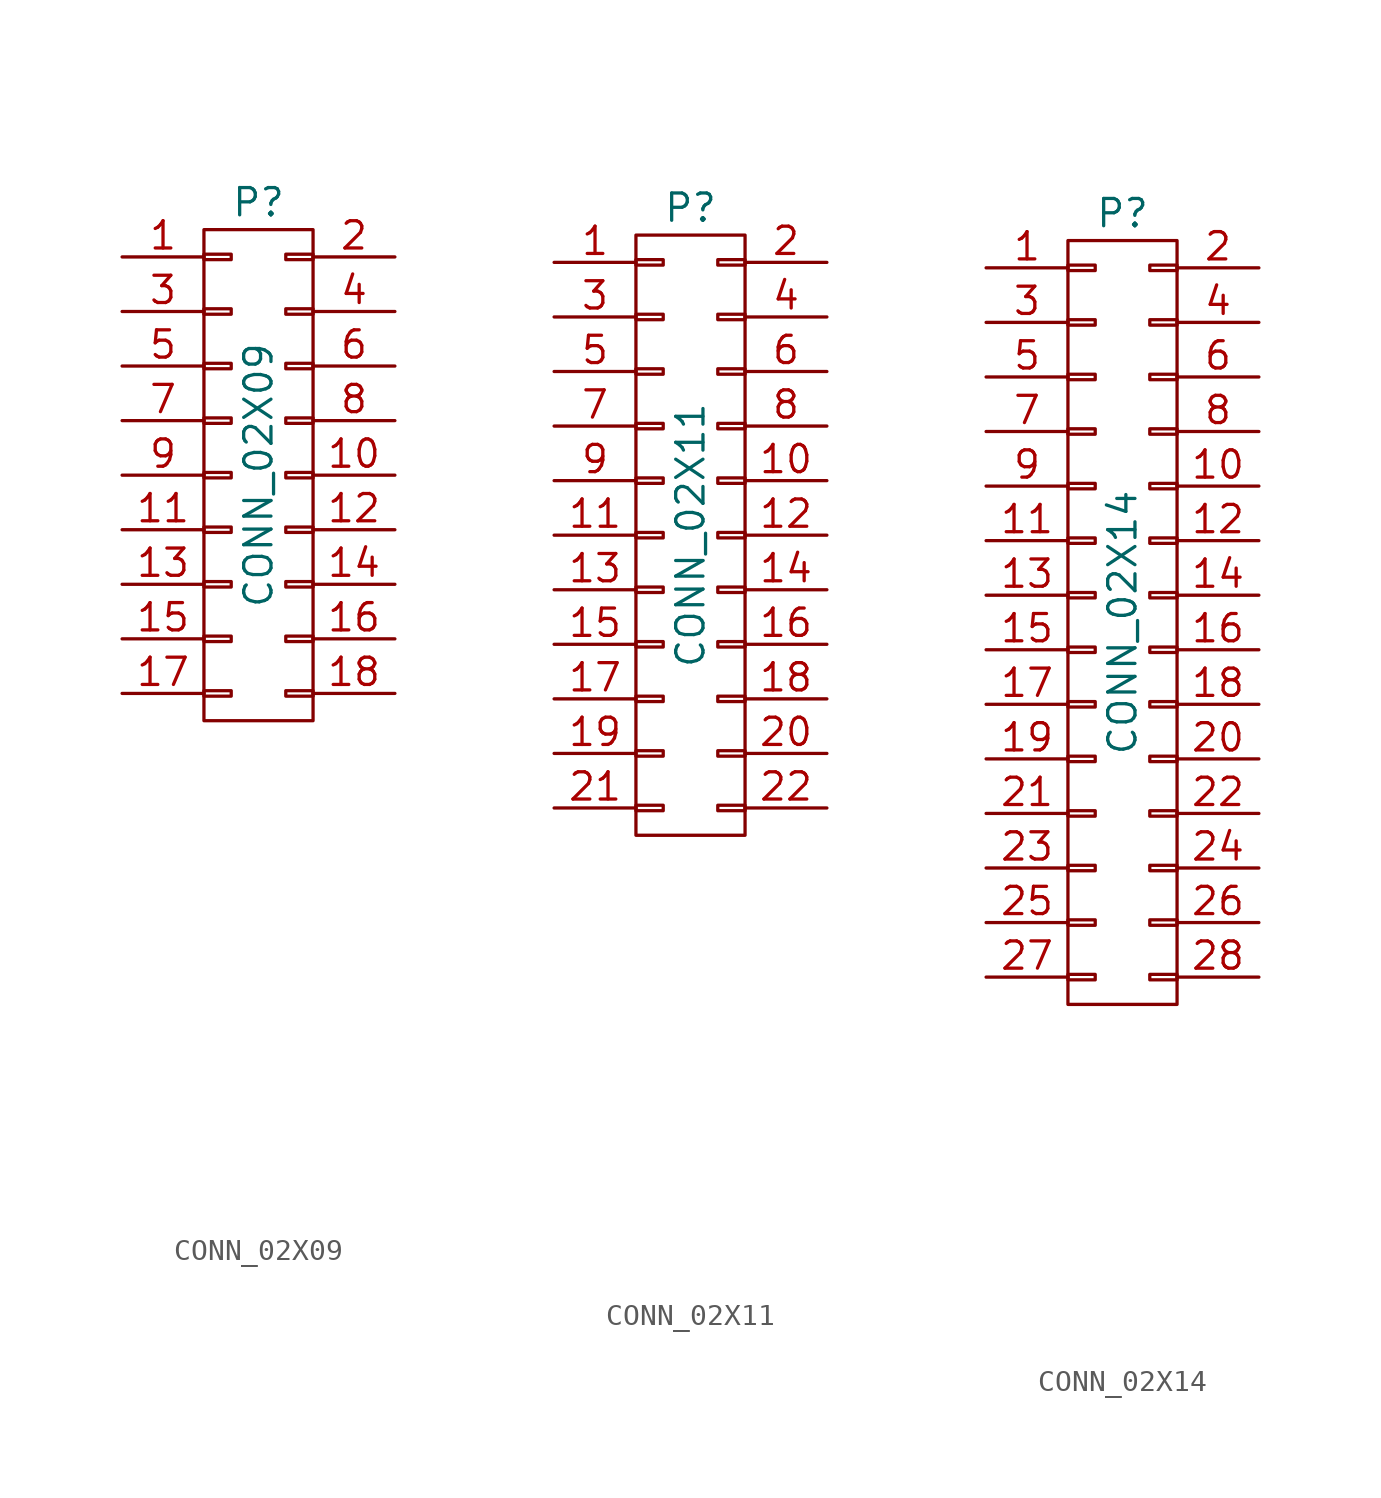
<source format=kicad_sym>
(kicad_symbol_lib
  (version 20211014)
  (generator kicad_symbol_editor)
  (symbol "CONN_02X09"
    (pin_names
      (offset 0.025) hide)
    (property "Reference" "P"
      (at 0 12.7 0)
      (effects (font (size 1.27 1.27))))
    (property "Value" "CONN_02X09"
      (at 0 0 90)
      (effects (font (size 1.27 1.27))))
    (property "Footprint" ""
      (at 0 -30.48 0)
      (effects (font (size 1.27 1.27))))
    (property "Datasheet" ""
      (at 0 -30.48 0)
      (effects (font (size 1.27 1.27))))
    (symbol "CONN_02X09_0_1"
      (rectangle (start -2.54 -10.033) (end -1.27 -10.287) (stroke (width 0) (type default) (color 0 0 0 0)) (fill (type none)))
      (rectangle (start -2.54 -7.493) (end -1.27 -7.747) (stroke (width 0) (type default) (color 0 0 0 0)) (fill (type none)))
      (rectangle (start -2.54 -4.953) (end -1.27 -5.207) (stroke (width 0) (type default) (color 0 0 0 0)) (fill (type none)))
      (rectangle (start -2.54 -2.413) (end -1.27 -2.667) (stroke (width 0) (type default) (color 0 0 0 0)) (fill (type none)))
      (rectangle (start -2.54 0.127) (end -1.27 -0.127) (stroke (width 0) (type default) (color 0 0 0 0)) (fill (type none)))
      (rectangle (start -2.54 2.667) (end -1.27 2.413) (stroke (width 0) (type default) (color 0 0 0 0)) (fill (type none)))
      (rectangle (start -2.54 5.207) (end -1.27 4.953) (stroke (width 0) (type default) (color 0 0 0 0)) (fill (type none)))
      (rectangle (start -2.54 7.747) (end -1.27 7.493) (stroke (width 0) (type default) (color 0 0 0 0)) (fill (type none)))
      (rectangle (start -2.54 10.287) (end -1.27 10.033) (stroke (width 0) (type default) (color 0 0 0 0)) (fill (type none)))
      (rectangle (start -2.54 11.43) (end 2.54 -11.43) (stroke (width 0) (type default) (color 0 0 0 0)) (fill (type none)))
      (rectangle (start 1.27 -10.033) (end 2.54 -10.287) (stroke (width 0) (type default) (color 0 0 0 0)) (fill (type none)))
      (rectangle (start 1.27 -7.493) (end 2.54 -7.747) (stroke (width 0) (type default) (color 0 0 0 0)) (fill (type none)))
      (rectangle (start 1.27 -4.953) (end 2.54 -5.207) (stroke (width 0) (type default) (color 0 0 0 0)) (fill (type none)))
      (rectangle (start 1.27 -2.413) (end 2.54 -2.667) (stroke (width 0) (type default) (color 0 0 0 0)) (fill (type none)))
      (rectangle (start 1.27 0.127) (end 2.54 -0.127) (stroke (width 0) (type default) (color 0 0 0 0)) (fill (type none)))
      (rectangle (start 1.27 2.667) (end 2.54 2.413) (stroke (width 0) (type default) (color 0 0 0 0)) (fill (type none)))
      (rectangle (start 1.27 5.207) (end 2.54 4.953) (stroke (width 0) (type default) (color 0 0 0 0)) (fill (type none)))
      (rectangle (start 1.27 7.747) (end 2.54 7.493) (stroke (width 0) (type default) (color 0 0 0 0)) (fill (type none)))
      (rectangle (start 1.27 10.287) (end 2.54 10.033) (stroke (width 0) (type default) (color 0 0 0 0)) (fill (type none))))
    (symbol "CONN_02X09_1_1"
      (pin passive line (at -6.35 10.16 0) (length 3.81) (name "P1" (effects (font (size 1.27 1.27)))) (number "1" (effects (font (size 1.27 1.27)))))
      (pin passive line (at 6.35 0 180) (length 3.81) (name "P10" (effects (font (size 1.27 1.27)))) (number "10" (effects (font (size 1.27 1.27)))))
      (pin passive line (at -6.35 -2.54 0) (length 3.81) (name "P11" (effects (font (size 1.27 1.27)))) (number "11" (effects (font (size 1.27 1.27)))))
      (pin passive line (at 6.35 -2.54 180) (length 3.81) (name "P12" (effects (font (size 1.27 1.27)))) (number "12" (effects (font (size 1.27 1.27)))))
      (pin passive line (at -6.35 -5.08 0) (length 3.81) (name "P13" (effects (font (size 1.27 1.27)))) (number "13" (effects (font (size 1.27 1.27)))))
      (pin passive line (at 6.35 -5.08 180) (length 3.81) (name "P14" (effects (font (size 1.27 1.27)))) (number "14" (effects (font (size 1.27 1.27)))))
      (pin passive line (at -6.35 -7.62 0) (length 3.81) (name "P15" (effects (font (size 1.27 1.27)))) (number "15" (effects (font (size 1.27 1.27)))))
      (pin passive line (at 6.35 -7.62 180) (length 3.81) (name "P16" (effects (font (size 1.27 1.27)))) (number "16" (effects (font (size 1.27 1.27)))))
      (pin passive line (at -6.35 -10.16 0) (length 3.81) (name "P17" (effects (font (size 1.27 1.27)))) (number "17" (effects (font (size 1.27 1.27)))))
      (pin passive line (at 6.35 -10.16 180) (length 3.81) (name "P18" (effects (font (size 1.27 1.27)))) (number "18" (effects (font (size 1.27 1.27)))))
      (pin passive line (at 6.35 10.16 180) (length 3.81) (name "P2" (effects (font (size 1.27 1.27)))) (number "2" (effects (font (size 1.27 1.27)))))
      (pin passive line (at -6.35 7.62 0) (length 3.81) (name "P3" (effects (font (size 1.27 1.27)))) (number "3" (effects (font (size 1.27 1.27)))))
      (pin passive line (at 6.35 7.62 180) (length 3.81) (name "P4" (effects (font (size 1.27 1.27)))) (number "4" (effects (font (size 1.27 1.27)))))
      (pin passive line (at -6.35 5.08 0) (length 3.81) (name "P5" (effects (font (size 1.27 1.27)))) (number "5" (effects (font (size 1.27 1.27)))))
      (pin passive line (at 6.35 5.08 180) (length 3.81) (name "P6" (effects (font (size 1.27 1.27)))) (number "6" (effects (font (size 1.27 1.27)))))
      (pin passive line (at -6.35 2.54 0) (length 3.81) (name "P7" (effects (font (size 1.27 1.27)))) (number "7" (effects (font (size 1.27 1.27)))))
      (pin passive line (at 6.35 2.54 180) (length 3.81) (name "P8" (effects (font (size 1.27 1.27)))) (number "8" (effects (font (size 1.27 1.27)))))
      (pin passive line (at -6.35 0 0) (length 3.81) (name "P9" (effects (font (size 1.27 1.27)))) (number "9" (effects (font (size 1.27 1.27)))))))
  (symbol "CONN_02X11"
    (pin_names
      (offset 0.025) hide)
    (property "Reference" "P"
      (at 0 15.24 0)
      (effects (font (size 1.27 1.27))))
    (property "Value" "CONN_02X11"
      (at 0 0 90)
      (effects (font (size 1.27 1.27))))
    (property "Footprint" ""
      (at 0 -30.48 0)
      (effects (font (size 1.27 1.27))))
    (property "Datasheet" ""
      (at 0 -30.48 0)
      (effects (font (size 1.27 1.27))))
    (symbol "CONN_02X11_0_1"
      (rectangle (start -2.54 -12.573) (end -1.27 -12.827) (stroke (width 0) (type default) (color 0 0 0 0)) (fill (type none)))
      (rectangle (start -2.54 -10.033) (end -1.27 -10.287) (stroke (width 0) (type default) (color 0 0 0 0)) (fill (type none)))
      (rectangle (start -2.54 -7.493) (end -1.27 -7.747) (stroke (width 0) (type default) (color 0 0 0 0)) (fill (type none)))
      (rectangle (start -2.54 -4.953) (end -1.27 -5.207) (stroke (width 0) (type default) (color 0 0 0 0)) (fill (type none)))
      (rectangle (start -2.54 -2.413) (end -1.27 -2.667) (stroke (width 0) (type default) (color 0 0 0 0)) (fill (type none)))
      (rectangle (start -2.54 0.127) (end -1.27 -0.127) (stroke (width 0) (type default) (color 0 0 0 0)) (fill (type none)))
      (rectangle (start -2.54 2.667) (end -1.27 2.413) (stroke (width 0) (type default) (color 0 0 0 0)) (fill (type none)))
      (rectangle (start -2.54 5.207) (end -1.27 4.953) (stroke (width 0) (type default) (color 0 0 0 0)) (fill (type none)))
      (rectangle (start -2.54 7.747) (end -1.27 7.493) (stroke (width 0) (type default) (color 0 0 0 0)) (fill (type none)))
      (rectangle (start -2.54 10.287) (end -1.27 10.033) (stroke (width 0) (type default) (color 0 0 0 0)) (fill (type none)))
      (rectangle (start -2.54 12.827) (end -1.27 12.573) (stroke (width 0) (type default) (color 0 0 0 0)) (fill (type none)))
      (rectangle (start -2.54 13.97) (end 2.54 -13.97) (stroke (width 0) (type default) (color 0 0 0 0)) (fill (type none)))
      (rectangle (start 1.27 -12.573) (end 2.54 -12.827) (stroke (width 0) (type default) (color 0 0 0 0)) (fill (type none)))
      (rectangle (start 1.27 -10.033) (end 2.54 -10.287) (stroke (width 0) (type default) (color 0 0 0 0)) (fill (type none)))
      (rectangle (start 1.27 -7.493) (end 2.54 -7.747) (stroke (width 0) (type default) (color 0 0 0 0)) (fill (type none)))
      (rectangle (start 1.27 -4.953) (end 2.54 -5.207) (stroke (width 0) (type default) (color 0 0 0 0)) (fill (type none)))
      (rectangle (start 1.27 -2.413) (end 2.54 -2.667) (stroke (width 0) (type default) (color 0 0 0 0)) (fill (type none)))
      (rectangle (start 1.27 0.127) (end 2.54 -0.127) (stroke (width 0) (type default) (color 0 0 0 0)) (fill (type none)))
      (rectangle (start 1.27 2.667) (end 2.54 2.413) (stroke (width 0) (type default) (color 0 0 0 0)) (fill (type none)))
      (rectangle (start 1.27 5.207) (end 2.54 4.953) (stroke (width 0) (type default) (color 0 0 0 0)) (fill (type none)))
      (rectangle (start 1.27 7.747) (end 2.54 7.493) (stroke (width 0) (type default) (color 0 0 0 0)) (fill (type none)))
      (rectangle (start 1.27 10.287) (end 2.54 10.033) (stroke (width 0) (type default) (color 0 0 0 0)) (fill (type none)))
      (rectangle (start 1.27 12.827) (end 2.54 12.573) (stroke (width 0) (type default) (color 0 0 0 0)) (fill (type none))))
    (symbol "CONN_02X11_1_1"
      (pin passive line (at -6.35 12.7 0) (length 3.81) (name "P1" (effects (font (size 1.27 1.27)))) (number "1" (effects (font (size 1.27 1.27)))))
      (pin passive line (at 6.35 2.54 180) (length 3.81) (name "P10" (effects (font (size 1.27 1.27)))) (number "10" (effects (font (size 1.27 1.27)))))
      (pin passive line (at -6.35 0 0) (length 3.81) (name "P11" (effects (font (size 1.27 1.27)))) (number "11" (effects (font (size 1.27 1.27)))))
      (pin passive line (at 6.35 0 180) (length 3.81) (name "P12" (effects (font (size 1.27 1.27)))) (number "12" (effects (font (size 1.27 1.27)))))
      (pin passive line (at -6.35 -2.54 0) (length 3.81) (name "P13" (effects (font (size 1.27 1.27)))) (number "13" (effects (font (size 1.27 1.27)))))
      (pin passive line (at 6.35 -2.54 180) (length 3.81) (name "P14" (effects (font (size 1.27 1.27)))) (number "14" (effects (font (size 1.27 1.27)))))
      (pin passive line (at -6.35 -5.08 0) (length 3.81) (name "P15" (effects (font (size 1.27 1.27)))) (number "15" (effects (font (size 1.27 1.27)))))
      (pin passive line (at 6.35 -5.08 180) (length 3.81) (name "P16" (effects (font (size 1.27 1.27)))) (number "16" (effects (font (size 1.27 1.27)))))
      (pin passive line (at -6.35 -7.62 0) (length 3.81) (name "P17" (effects (font (size 1.27 1.27)))) (number "17" (effects (font (size 1.27 1.27)))))
      (pin passive line (at 6.35 -7.62 180) (length 3.81) (name "P18" (effects (font (size 1.27 1.27)))) (number "18" (effects (font (size 1.27 1.27)))))
      (pin passive line (at -6.35 -10.16 0) (length 3.81) (name "P19" (effects (font (size 1.27 1.27)))) (number "19" (effects (font (size 1.27 1.27)))))
      (pin passive line (at 6.35 12.7 180) (length 3.81) (name "P2" (effects (font (size 1.27 1.27)))) (number "2" (effects (font (size 1.27 1.27)))))
      (pin passive line (at 6.35 -10.16 180) (length 3.81) (name "P20" (effects (font (size 1.27 1.27)))) (number "20" (effects (font (size 1.27 1.27)))))
      (pin passive line (at -6.35 -12.7 0) (length 3.81) (name "P21" (effects (font (size 1.27 1.27)))) (number "21" (effects (font (size 1.27 1.27)))))
      (pin passive line (at 6.35 -12.7 180) (length 3.81) (name "P22" (effects (font (size 1.27 1.27)))) (number "22" (effects (font (size 1.27 1.27)))))
      (pin passive line (at -6.35 10.16 0) (length 3.81) (name "P3" (effects (font (size 1.27 1.27)))) (number "3" (effects (font (size 1.27 1.27)))))
      (pin passive line (at 6.35 10.16 180) (length 3.81) (name "P4" (effects (font (size 1.27 1.27)))) (number "4" (effects (font (size 1.27 1.27)))))
      (pin passive line (at -6.35 7.62 0) (length 3.81) (name "P5" (effects (font (size 1.27 1.27)))) (number "5" (effects (font (size 1.27 1.27)))))
      (pin passive line (at 6.35 7.62 180) (length 3.81) (name "P6" (effects (font (size 1.27 1.27)))) (number "6" (effects (font (size 1.27 1.27)))))
      (pin passive line (at -6.35 5.08 0) (length 3.81) (name "P7" (effects (font (size 1.27 1.27)))) (number "7" (effects (font (size 1.27 1.27)))))
      (pin passive line (at 6.35 5.08 180) (length 3.81) (name "P8" (effects (font (size 1.27 1.27)))) (number "8" (effects (font (size 1.27 1.27)))))
      (pin passive line (at -6.35 2.54 0) (length 3.81) (name "P9" (effects (font (size 1.27 1.27)))) (number "9" (effects (font (size 1.27 1.27)))))))
  (symbol "CONN_02X14"
    (pin_names
      (offset 0.025) hide)
    (property "Reference" "P"
      (at 0 19.05 0)
      (effects (font (size 1.27 1.27))))
    (property "Value" "CONN_02X14"
      (at 0 0 90)
      (effects (font (size 1.27 1.27))))
    (property "Footprint" ""
      (at 0 -29.21 0)
      (effects (font (size 1.27 1.27))))
    (property "Datasheet" ""
      (at 0 -29.21 0)
      (effects (font (size 1.27 1.27))))
    (symbol "CONN_02X14_0_1"
      (rectangle (start -2.54 -16.383) (end -1.27 -16.637) (stroke (width 0) (type default) (color 0 0 0 0)) (fill (type none)))
      (rectangle (start -2.54 -13.843) (end -1.27 -14.097) (stroke (width 0) (type default) (color 0 0 0 0)) (fill (type none)))
      (rectangle (start -2.54 -11.303) (end -1.27 -11.557) (stroke (width 0) (type default) (color 0 0 0 0)) (fill (type none)))
      (rectangle (start -2.54 -8.763) (end -1.27 -9.017) (stroke (width 0) (type default) (color 0 0 0 0)) (fill (type none)))
      (rectangle (start -2.54 -6.223) (end -1.27 -6.477) (stroke (width 0) (type default) (color 0 0 0 0)) (fill (type none)))
      (rectangle (start -2.54 -3.683) (end -1.27 -3.937) (stroke (width 0) (type default) (color 0 0 0 0)) (fill (type none)))
      (rectangle (start -2.54 -1.143) (end -1.27 -1.397) (stroke (width 0) (type default) (color 0 0 0 0)) (fill (type none)))
      (rectangle (start -2.54 1.397) (end -1.27 1.143) (stroke (width 0) (type default) (color 0 0 0 0)) (fill (type none)))
      (rectangle (start -2.54 3.937) (end -1.27 3.683) (stroke (width 0) (type default) (color 0 0 0 0)) (fill (type none)))
      (rectangle (start -2.54 6.477) (end -1.27 6.223) (stroke (width 0) (type default) (color 0 0 0 0)) (fill (type none)))
      (rectangle (start -2.54 9.017) (end -1.27 8.763) (stroke (width 0) (type default) (color 0 0 0 0)) (fill (type none)))
      (rectangle (start -2.54 11.557) (end -1.27 11.303) (stroke (width 0) (type default) (color 0 0 0 0)) (fill (type none)))
      (rectangle (start -2.54 14.097) (end -1.27 13.843) (stroke (width 0) (type default) (color 0 0 0 0)) (fill (type none)))
      (rectangle (start -2.54 16.637) (end -1.27 16.383) (stroke (width 0) (type default) (color 0 0 0 0)) (fill (type none)))
      (rectangle (start -2.54 17.78) (end 2.54 -17.78) (stroke (width 0) (type default) (color 0 0 0 0)) (fill (type none)))
      (rectangle (start 1.27 -16.383) (end 2.54 -16.637) (stroke (width 0) (type default) (color 0 0 0 0)) (fill (type none)))
      (rectangle (start 1.27 -13.843) (end 2.54 -14.097) (stroke (width 0) (type default) (color 0 0 0 0)) (fill (type none)))
      (rectangle (start 1.27 -11.303) (end 2.54 -11.557) (stroke (width 0) (type default) (color 0 0 0 0)) (fill (type none)))
      (rectangle (start 1.27 -8.763) (end 2.54 -9.017) (stroke (width 0) (type default) (color 0 0 0 0)) (fill (type none)))
      (rectangle (start 1.27 -6.223) (end 2.54 -6.477) (stroke (width 0) (type default) (color 0 0 0 0)) (fill (type none)))
      (rectangle (start 1.27 -3.683) (end 2.54 -3.937) (stroke (width 0) (type default) (color 0 0 0 0)) (fill (type none)))
      (rectangle (start 1.27 -1.143) (end 2.54 -1.397) (stroke (width 0) (type default) (color 0 0 0 0)) (fill (type none)))
      (rectangle (start 1.27 1.397) (end 2.54 1.143) (stroke (width 0) (type default) (color 0 0 0 0)) (fill (type none)))
      (rectangle (start 1.27 3.937) (end 2.54 3.683) (stroke (width 0) (type default) (color 0 0 0 0)) (fill (type none)))
      (rectangle (start 1.27 6.477) (end 2.54 6.223) (stroke (width 0) (type default) (color 0 0 0 0)) (fill (type none)))
      (rectangle (start 1.27 9.017) (end 2.54 8.763) (stroke (width 0) (type default) (color 0 0 0 0)) (fill (type none)))
      (rectangle (start 1.27 11.557) (end 2.54 11.303) (stroke (width 0) (type default) (color 0 0 0 0)) (fill (type none)))
      (rectangle (start 1.27 14.097) (end 2.54 13.843) (stroke (width 0) (type default) (color 0 0 0 0)) (fill (type none)))
      (rectangle (start 1.27 16.637) (end 2.54 16.383) (stroke (width 0) (type default) (color 0 0 0 0)) (fill (type none))))
    (symbol "CONN_02X14_1_1"
      (pin passive line (at -6.35 16.51 0) (length 3.81) (name "P1" (effects (font (size 1.27 1.27)))) (number "1" (effects (font (size 1.27 1.27)))))
      (pin passive line (at 6.35 6.35 180) (length 3.81) (name "P10" (effects (font (size 1.27 1.27)))) (number "10" (effects (font (size 1.27 1.27)))))
      (pin passive line (at -6.35 3.81 0) (length 3.81) (name "P11" (effects (font (size 1.27 1.27)))) (number "11" (effects (font (size 1.27 1.27)))))
      (pin passive line (at 6.35 3.81 180) (length 3.81) (name "P12" (effects (font (size 1.27 1.27)))) (number "12" (effects (font (size 1.27 1.27)))))
      (pin passive line (at -6.35 1.27 0) (length 3.81) (name "P13" (effects (font (size 1.27 1.27)))) (number "13" (effects (font (size 1.27 1.27)))))
      (pin passive line (at 6.35 1.27 180) (length 3.81) (name "P14" (effects (font (size 1.27 1.27)))) (number "14" (effects (font (size 1.27 1.27)))))
      (pin passive line (at -6.35 -1.27 0) (length 3.81) (name "P15" (effects (font (size 1.27 1.27)))) (number "15" (effects (font (size 1.27 1.27)))))
      (pin passive line (at 6.35 -1.27 180) (length 3.81) (name "P16" (effects (font (size 1.27 1.27)))) (number "16" (effects (font (size 1.27 1.27)))))
      (pin passive line (at -6.35 -3.81 0) (length 3.81) (name "P17" (effects (font (size 1.27 1.27)))) (number "17" (effects (font (size 1.27 1.27)))))
      (pin passive line (at 6.35 -3.81 180) (length 3.81) (name "P18" (effects (font (size 1.27 1.27)))) (number "18" (effects (font (size 1.27 1.27)))))
      (pin passive line (at -6.35 -6.35 0) (length 3.81) (name "P19" (effects (font (size 1.27 1.27)))) (number "19" (effects (font (size 1.27 1.27)))))
      (pin passive line (at 6.35 16.51 180) (length 3.81) (name "P2" (effects (font (size 1.27 1.27)))) (number "2" (effects (font (size 1.27 1.27)))))
      (pin passive line (at 6.35 -6.35 180) (length 3.81) (name "P20" (effects (font (size 1.27 1.27)))) (number "20" (effects (font (size 1.27 1.27)))))
      (pin passive line (at -6.35 -8.89 0) (length 3.81) (name "P21" (effects (font (size 1.27 1.27)))) (number "21" (effects (font (size 1.27 1.27)))))
      (pin passive line (at 6.35 -8.89 180) (length 3.81) (name "P22" (effects (font (size 1.27 1.27)))) (number "22" (effects (font (size 1.27 1.27)))))
      (pin passive line (at -6.35 -11.43 0) (length 3.81) (name "P23" (effects (font (size 1.27 1.27)))) (number "23" (effects (font (size 1.27 1.27)))))
      (pin passive line (at 6.35 -11.43 180) (length 3.81) (name "P24" (effects (font (size 1.27 1.27)))) (number "24" (effects (font (size 1.27 1.27)))))
      (pin passive line (at -6.35 -13.97 0) (length 3.81) (name "P25" (effects (font (size 1.27 1.27)))) (number "25" (effects (font (size 1.27 1.27)))))
      (pin passive line (at 6.35 -13.97 180) (length 3.81) (name "P26" (effects (font (size 1.27 1.27)))) (number "26" (effects (font (size 1.27 1.27)))))
      (pin passive line (at -6.35 -16.51 0) (length 3.81) (name "P27" (effects (font (size 1.27 1.27)))) (number "27" (effects (font (size 1.27 1.27)))))
      (pin passive line (at 6.35 -16.51 180) (length 3.81) (name "P28" (effects (font (size 1.27 1.27)))) (number "28" (effects (font (size 1.27 1.27)))))
      (pin passive line (at -6.35 13.97 0) (length 3.81) (name "P3" (effects (font (size 1.27 1.27)))) (number "3" (effects (font (size 1.27 1.27)))))
      (pin passive line (at 6.35 13.97 180) (length 3.81) (name "P4" (effects (font (size 1.27 1.27)))) (number "4" (effects (font (size 1.27 1.27)))))
      (pin passive line (at -6.35 11.43 0) (length 3.81) (name "P5" (effects (font (size 1.27 1.27)))) (number "5" (effects (font (size 1.27 1.27)))))
      (pin passive line (at 6.35 11.43 180) (length 3.81) (name "P6" (effects (font (size 1.27 1.27)))) (number "6" (effects (font (size 1.27 1.27)))))
      (pin passive line (at -6.35 8.89 0) (length 3.81) (name "P7" (effects (font (size 1.27 1.27)))) (number "7" (effects (font (size 1.27 1.27)))))
      (pin passive line (at 6.35 8.89 180) (length 3.81) (name "P8" (effects (font (size 1.27 1.27)))) (number "8" (effects (font (size 1.27 1.27)))))
      (pin passive line (at -6.35 6.35 0) (length 3.81) (name "P9" (effects (font (size 1.27 1.27)))) (number "9" (effects (font (size 1.27 1.27))))))))
</source>
